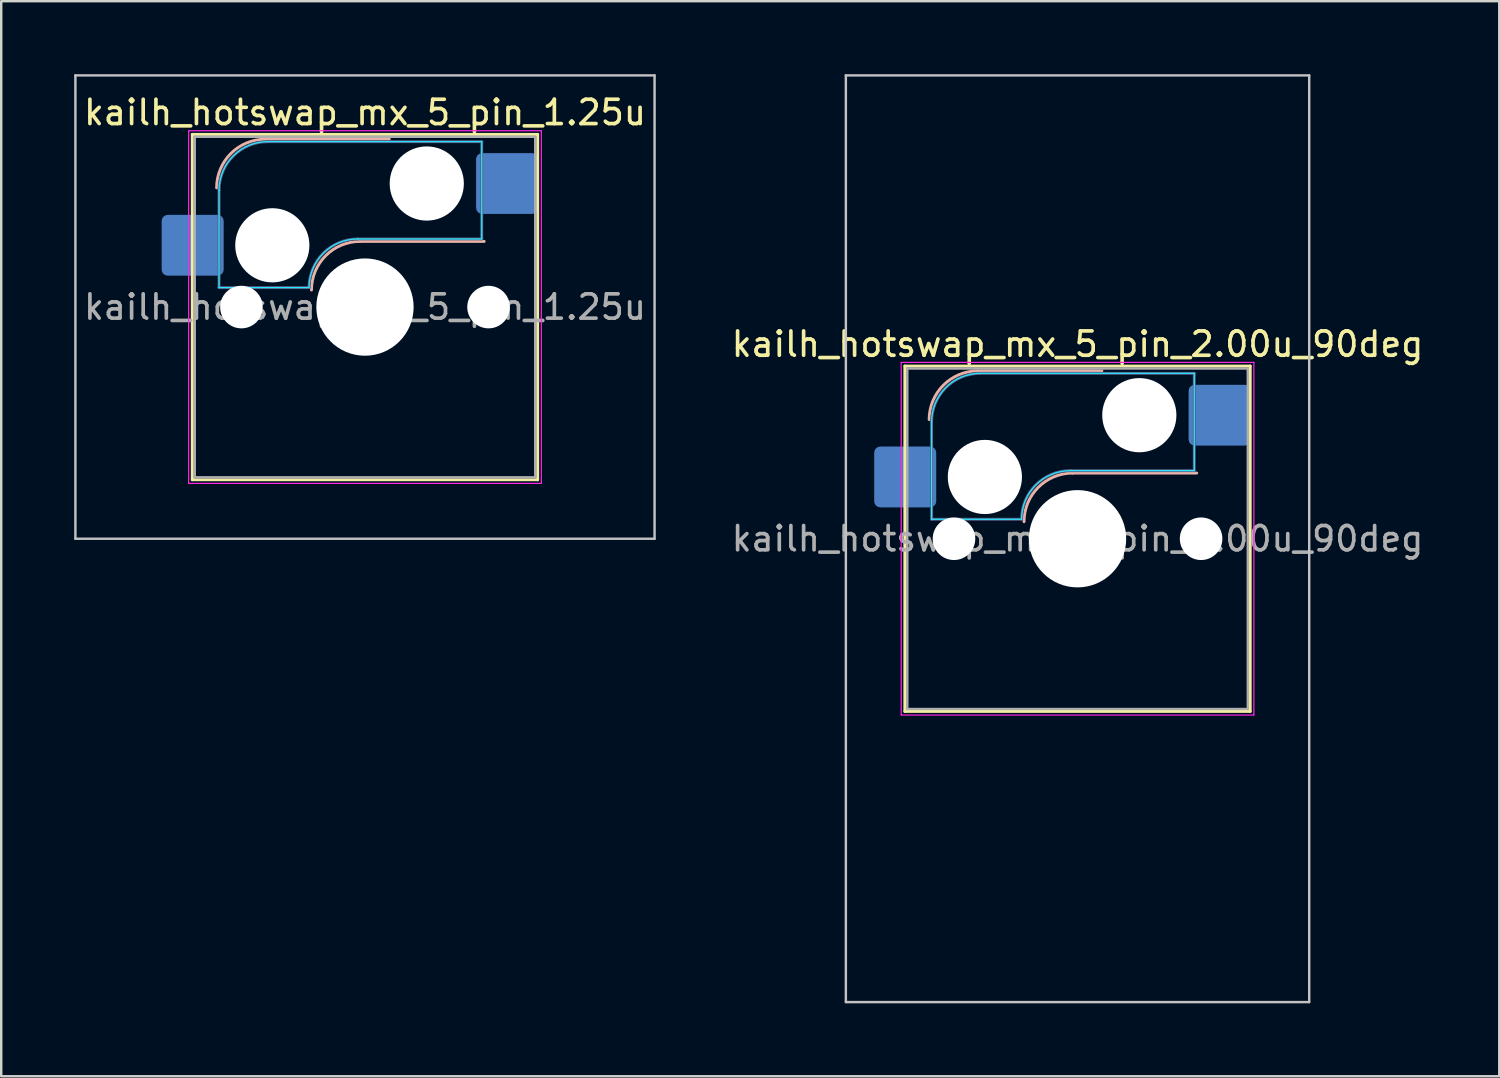
<source format=kicad_pcb>
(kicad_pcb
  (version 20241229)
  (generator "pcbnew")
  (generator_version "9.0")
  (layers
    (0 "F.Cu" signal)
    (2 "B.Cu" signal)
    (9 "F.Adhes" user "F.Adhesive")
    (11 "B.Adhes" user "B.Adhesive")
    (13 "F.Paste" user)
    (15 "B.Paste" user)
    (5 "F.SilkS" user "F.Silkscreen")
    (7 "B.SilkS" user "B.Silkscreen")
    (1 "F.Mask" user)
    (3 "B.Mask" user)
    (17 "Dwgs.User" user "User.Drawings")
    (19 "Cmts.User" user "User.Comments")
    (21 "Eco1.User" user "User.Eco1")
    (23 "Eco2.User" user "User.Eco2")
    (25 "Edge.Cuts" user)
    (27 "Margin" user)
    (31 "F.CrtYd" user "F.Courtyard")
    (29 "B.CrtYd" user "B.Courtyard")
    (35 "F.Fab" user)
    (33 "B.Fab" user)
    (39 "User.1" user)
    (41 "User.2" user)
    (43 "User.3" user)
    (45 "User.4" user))
  (footprint "kailh_hotswap_mx_5_pin_2.00u_90deg"
    (layer "F.Cu")
    (at 41.252 19.1)
    (property "Reference" "kailh_hotswap_mx_5_pin_2.00u_90deg" (at 0 -8 0) (layer "F.SilkS") (effects (font (size 1 1) (thickness 0.15))))
    (attr smd)
    (fp_line (start -7.1 -7.1) (end -7.1 7.1) (stroke (width 0.12) (type solid)) (layer "F.SilkS"))
    (fp_line (start -7.1 7.1) (end 7.1 7.1) (stroke (width 0.12) (type solid)) (layer "F.SilkS"))
    (fp_line (start 7.1 -7.1) (end -7.1 -7.1) (stroke (width 0.12) (type solid)) (layer "F.SilkS"))
    (fp_line (start 7.1 7.1) (end 7.1 -7.1) (stroke (width 0.12) (type solid)) (layer "F.SilkS"))
    (fp_line (start -4.1 -6.9) (end 1 -6.9) (stroke (width 0.12) (type solid)) (layer "B.SilkS"))
    (fp_line (start -0.2 -2.7) (end 4.9 -2.7) (stroke (width 0.12) (type solid)) (layer "B.SilkS"))
    (fp_arc (start -6.1 -4.9) (mid -5.514214 -6.314214) (end -4.1 -6.9) (stroke (width 0.12) (type solid)) (layer "B.SilkS"))
    (fp_arc (start -2.2 -0.7) (mid -1.614214 -2.114214) (end -0.2 -2.7) (stroke (width 0.12) (type solid)) (layer "B.SilkS"))
    (fp_line (start -9.525 -19.05) (end 9.525 -19.05) (stroke (width 0.1) (type solid)) (layer "Dwgs.User"))
    (fp_line (start -9.525 19.05) (end -9.525 -19.05) (stroke (width 0.1) (type solid)) (layer "Dwgs.User"))
    (fp_line (start 9.525 -19.05) (end 9.525 19.05) (stroke (width 0.1) (type solid)) (layer "Dwgs.User"))
    (fp_line (start 9.525 19.05) (end -9.525 19.05) (stroke (width 0.1) (type solid)) (layer "Dwgs.User"))
    (fp_line (start -7.8 -6) (end -7 -6) (stroke (width 0.1) (type solid)) (layer "Eco1.User"))
    (fp_line (start -7.8 -2.9) (end -7.8 -6) (stroke (width 0.1) (type solid)) (layer "Eco1.User"))
    (fp_line (start -7.8 2.9) (end -7 2.9) (stroke (width 0.1) (type solid)) (layer "Eco1.User"))
    (fp_line (start -7.8 6) (end -7.8 2.9) (stroke (width 0.1) (type solid)) (layer "Eco1.User"))
    (fp_line (start -7 -7) (end 7 -7) (stroke (width 0.1) (type solid)) (layer "Eco1.User"))
    (fp_line (start -7 -6) (end -7 -7) (stroke (width 0.1) (type solid)) (layer "Eco1.User"))
    (fp_line (start -7 -2.9) (end -7.8 -2.9) (stroke (width 0.1) (type solid)) (layer "Eco1.User"))
    (fp_line (start -7 2.9) (end -7 -2.9) (stroke (width 0.1) (type solid)) (layer "Eco1.User"))
    (fp_line (start -7 6) (end -7.8 6) (stroke (width 0.1) (type solid)) (layer "Eco1.User"))
    (fp_line (start -7 7) (end -7 6) (stroke (width 0.1) (type solid)) (layer "Eco1.User"))
    (fp_line (start 7 -7) (end 7 -6) (stroke (width 0.1) (type solid)) (layer "Eco1.User"))
    (fp_line (start 7 -6) (end 7.8 -6) (stroke (width 0.1) (type solid)) (layer "Eco1.User"))
    (fp_line (start 7 -2.9) (end 7 2.9) (stroke (width 0.1) (type solid)) (layer "Eco1.User"))
    (fp_line (start 7 2.9) (end 7.8 2.9) (stroke (width 0.1) (type solid)) (layer "Eco1.User"))
    (fp_line (start 7 6) (end 7 7) (stroke (width 0.1) (type solid)) (layer "Eco1.User"))
    (fp_line (start 7 7) (end -7 7) (stroke (width 0.1) (type solid)) (layer "Eco1.User"))
    (fp_line (start 7.8 -6) (end 7.8 -2.9) (stroke (width 0.1) (type solid)) (layer "Eco1.User"))
    (fp_line (start 7.8 -2.9) (end 7 -2.9) (stroke (width 0.1) (type solid)) (layer "Eco1.User"))
    (fp_line (start 7.8 2.9) (end 7.8 6) (stroke (width 0.1) (type solid)) (layer "Eco1.User"))
    (fp_line (start 7.8 6) (end 7 6) (stroke (width 0.1) (type solid)) (layer "Eco1.User"))
    (fp_line (start -6 -0.8) (end -6 -4.8) (stroke (width 0.05) (type solid)) (layer "B.CrtYd"))
    (fp_line (start -6 -0.8) (end -2.3 -0.8) (stroke (width 0.05) (type solid)) (layer "B.CrtYd"))
    (fp_line (start -4 -6.8) (end 4.8 -6.8) (stroke (width 0.05) (type solid)) (layer "B.CrtYd"))
    (fp_line (start -0.3 -2.8) (end 4.8 -2.8) (stroke (width 0.05) (type solid)) (layer "B.CrtYd"))
    (fp_line (start 4.8 -6.8) (end 4.8 -2.8) (stroke (width 0.05) (type solid)) (layer "B.CrtYd"))
    (fp_arc (start -6 -4.8) (mid -5.414214 -6.214214) (end -4 -6.8) (stroke (width 0.05) (type solid)) (layer "B.CrtYd"))
    (fp_arc (start -2.3 -0.8) (mid -1.714214 -2.214214) (end -0.3 -2.8) (stroke (width 0.05) (type solid)) (layer "B.CrtYd"))
    (fp_line (start -7.25 -7.25) (end -7.25 7.25) (stroke (width 0.05) (type solid)) (layer "F.CrtYd"))
    (fp_line (start -7.25 7.25) (end 7.25 7.25) (stroke (width 0.05) (type solid)) (layer "F.CrtYd"))
    (fp_line (start 7.25 -7.25) (end -7.25 -7.25) (stroke (width 0.05) (type solid)) (layer "F.CrtYd"))
    (fp_line (start 7.25 7.25) (end 7.25 -7.25) (stroke (width 0.05) (type solid)) (layer "F.CrtYd"))
    (fp_line (start -6 -0.8) (end -6 -4.8) (stroke (width 0.12) (type solid)) (layer "B.Fab"))
    (fp_line (start -6 -0.8) (end -2.3 -0.8) (stroke (width 0.12) (type solid)) (layer "B.Fab"))
    (fp_line (start -4 -6.8) (end 4.8 -6.8) (stroke (width 0.12) (type solid)) (layer "B.Fab"))
    (fp_line (start -0.3 -2.8) (end 4.8 -2.8) (stroke (width 0.12) (type solid)) (layer "B.Fab"))
    (fp_line (start 4.8 -6.8) (end 4.8 -2.8) (stroke (width 0.12) (type solid)) (layer "B.Fab"))
    (fp_arc (start -6 -4.8) (mid -5.414214 -6.214214) (end -4 -6.8) (stroke (width 0.12) (type solid)) (layer "B.Fab"))
    (fp_arc (start -2.3 -0.8) (mid -1.714214 -2.214214) (end -0.3 -2.8) (stroke (width 0.12) (type solid)) (layer "B.Fab"))
    (fp_line (start -7 -7) (end -7 7) (stroke (width 0.1) (type solid)) (layer "F.Fab"))
    (fp_line (start -7 7) (end 7 7) (stroke (width 0.1) (type solid)) (layer "F.Fab"))
    (fp_line (start 7 -7) (end -7 -7) (stroke (width 0.1) (type solid)) (layer "F.Fab"))
    (fp_line (start 7 7) (end 7 -7) (stroke (width 0.1) (type solid)) (layer "F.Fab"))
    (fp_text user "${REFERENCE}" (at 0 0 0) (layer "F.Fab") (effects (font (size 1 1) (thickness 0.15))))
    (pad "" np_thru_hole circle (at -5.08 0) (size 1.75 1.75) (drill 1.75) (layers "*.Cu" "*.Mask"))
    (pad "" np_thru_hole circle (at -3.81 -2.54) (size 3.05 3.05) (drill 3.05) (layers "*.Cu" "*.Mask"))
    (pad "" np_thru_hole circle (at 0 0) (size 4 4) (drill 4) (layers "*.Cu" "*.Mask"))
    (pad "" np_thru_hole circle (at 2.54 -5.08) (size 3.05 3.05) (drill 3.05) (layers "*.Cu" "*.Mask"))
    (pad "" np_thru_hole circle (at 5.08 0) (size 1.75 1.75) (drill 1.75) (layers "*.Cu" "*.Mask"))
    (pad "1" smd roundrect (at -7.085 -2.54) (size 2.55 2.5) (layers "B.Cu" "B.Mask" "B.Paste") (roundrect_rratio 0.1))
    (pad "2" smd roundrect (at 5.842 -5.08) (size 2.55 2.5) (layers "B.Cu" "B.Mask" "B.Paste") (roundrect_rratio 0.1)))
  (footprint "kailh_hotswap_mx_5_pin_1.25u"
    (layer "F.Cu")
    (at 11.956 9.575)
    (property "Reference" "kailh_hotswap_mx_5_pin_1.25u" (at 0 -8 0) (layer "F.SilkS") (effects (font (size 1 1) (thickness 0.15))))
    (attr smd)
    (fp_line (start -7.1 -7.1) (end -7.1 7.1) (stroke (width 0.12) (type solid)) (layer "F.SilkS"))
    (fp_line (start -7.1 7.1) (end 7.1 7.1) (stroke (width 0.12) (type solid)) (layer "F.SilkS"))
    (fp_line (start 7.1 -7.1) (end -7.1 -7.1) (stroke (width 0.12) (type solid)) (layer "F.SilkS"))
    (fp_line (start 7.1 7.1) (end 7.1 -7.1) (stroke (width 0.12) (type solid)) (layer "F.SilkS"))
    (fp_line (start -4.1 -6.9) (end 1 -6.9) (stroke (width 0.12) (type solid)) (layer "B.SilkS"))
    (fp_line (start -0.2 -2.7) (end 4.9 -2.7) (stroke (width 0.12) (type solid)) (layer "B.SilkS"))
    (fp_arc (start -6.1 -4.9) (mid -5.514214 -6.314214) (end -4.1 -6.9) (stroke (width 0.12) (type solid)) (layer "B.SilkS"))
    (fp_arc (start -2.2 -0.7) (mid -1.614214 -2.114214) (end -0.2 -2.7) (stroke (width 0.12) (type solid)) (layer "B.SilkS"))
    (fp_line (start -11.906 -9.525) (end -11.906 9.525) (stroke (width 0.1) (type solid)) (layer "Dwgs.User"))
    (fp_line (start -11.906 9.525) (end 11.906 9.525) (stroke (width 0.1) (type solid)) (layer "Dwgs.User"))
    (fp_line (start 11.906 -9.525) (end -11.906 -9.525) (stroke (width 0.1) (type solid)) (layer "Dwgs.User"))
    (fp_line (start 11.906 9.525) (end 11.906 -9.525) (stroke (width 0.1) (type solid)) (layer "Dwgs.User"))
    (fp_line (start -7.8 -6) (end -7 -6) (stroke (width 0.1) (type solid)) (layer "Eco1.User"))
    (fp_line (start -7.8 -2.9) (end -7.8 -6) (stroke (width 0.1) (type solid)) (layer "Eco1.User"))
    (fp_line (start -7.8 2.9) (end -7 2.9) (stroke (width 0.1) (type solid)) (layer "Eco1.User"))
    (fp_line (start -7.8 6) (end -7.8 2.9) (stroke (width 0.1) (type solid)) (layer "Eco1.User"))
    (fp_line (start -7 -7) (end 7 -7) (stroke (width 0.1) (type solid)) (layer "Eco1.User"))
    (fp_line (start -7 -6) (end -7 -7) (stroke (width 0.1) (type solid)) (layer "Eco1.User"))
    (fp_line (start -7 -2.9) (end -7.8 -2.9) (stroke (width 0.1) (type solid)) (layer "Eco1.User"))
    (fp_line (start -7 2.9) (end -7 -2.9) (stroke (width 0.1) (type solid)) (layer "Eco1.User"))
    (fp_line (start -7 6) (end -7.8 6) (stroke (width 0.1) (type solid)) (layer "Eco1.User"))
    (fp_line (start -7 7) (end -7 6) (stroke (width 0.1) (type solid)) (layer "Eco1.User"))
    (fp_line (start 7 -7) (end 7 -6) (stroke (width 0.1) (type solid)) (layer "Eco1.User"))
    (fp_line (start 7 -6) (end 7.8 -6) (stroke (width 0.1) (type solid)) (layer "Eco1.User"))
    (fp_line (start 7 -2.9) (end 7 2.9) (stroke (width 0.1) (type solid)) (layer "Eco1.User"))
    (fp_line (start 7 2.9) (end 7.8 2.9) (stroke (width 0.1) (type solid)) (layer "Eco1.User"))
    (fp_line (start 7 6) (end 7 7) (stroke (width 0.1) (type solid)) (layer "Eco1.User"))
    (fp_line (start 7 7) (end -7 7) (stroke (width 0.1) (type solid)) (layer "Eco1.User"))
    (fp_line (start 7.8 -6) (end 7.8 -2.9) (stroke (width 0.1) (type solid)) (layer "Eco1.User"))
    (fp_line (start 7.8 -2.9) (end 7 -2.9) (stroke (width 0.1) (type solid)) (layer "Eco1.User"))
    (fp_line (start 7.8 2.9) (end 7.8 6) (stroke (width 0.1) (type solid)) (layer "Eco1.User"))
    (fp_line (start 7.8 6) (end 7 6) (stroke (width 0.1) (type solid)) (layer "Eco1.User"))
    (fp_line (start -6 -0.8) (end -6 -4.8) (stroke (width 0.05) (type solid)) (layer "B.CrtYd"))
    (fp_line (start -6 -0.8) (end -2.3 -0.8) (stroke (width 0.05) (type solid)) (layer "B.CrtYd"))
    (fp_line (start -4 -6.8) (end 4.8 -6.8) (stroke (width 0.05) (type solid)) (layer "B.CrtYd"))
    (fp_line (start -0.3 -2.8) (end 4.8 -2.8) (stroke (width 0.05) (type solid)) (layer "B.CrtYd"))
    (fp_line (start 4.8 -6.8) (end 4.8 -2.8) (stroke (width 0.05) (type solid)) (layer "B.CrtYd"))
    (fp_arc (start -6 -4.8) (mid -5.414214 -6.214214) (end -4 -6.8) (stroke (width 0.05) (type solid)) (layer "B.CrtYd"))
    (fp_arc (start -2.3 -0.8) (mid -1.714214 -2.214214) (end -0.3 -2.8) (stroke (width 0.05) (type solid)) (layer "B.CrtYd"))
    (fp_line (start -7.25 -7.25) (end -7.25 7.25) (stroke (width 0.05) (type solid)) (layer "F.CrtYd"))
    (fp_line (start -7.25 7.25) (end 7.25 7.25) (stroke (width 0.05) (type solid)) (layer "F.CrtYd"))
    (fp_line (start 7.25 -7.25) (end -7.25 -7.25) (stroke (width 0.05) (type solid)) (layer "F.CrtYd"))
    (fp_line (start 7.25 7.25) (end 7.25 -7.25) (stroke (width 0.05) (type solid)) (layer "F.CrtYd"))
    (fp_line (start -6 -0.8) (end -6 -4.8) (stroke (width 0.12) (type solid)) (layer "B.Fab"))
    (fp_line (start -6 -0.8) (end -2.3 -0.8) (stroke (width 0.12) (type solid)) (layer "B.Fab"))
    (fp_line (start -4 -6.8) (end 4.8 -6.8) (stroke (width 0.12) (type solid)) (layer "B.Fab"))
    (fp_line (start -0.3 -2.8) (end 4.8 -2.8) (stroke (width 0.12) (type solid)) (layer "B.Fab"))
    (fp_line (start 4.8 -6.8) (end 4.8 -2.8) (stroke (width 0.12) (type solid)) (layer "B.Fab"))
    (fp_arc (start -6 -4.8) (mid -5.414214 -6.214214) (end -4 -6.8) (stroke (width 0.12) (type solid)) (layer "B.Fab"))
    (fp_arc (start -2.3 -0.8) (mid -1.714214 -2.214214) (end -0.3 -2.8) (stroke (width 0.12) (type solid)) (layer "B.Fab"))
    (fp_line (start -7 -7) (end -7 7) (stroke (width 0.1) (type solid)) (layer "F.Fab"))
    (fp_line (start -7 7) (end 7 7) (stroke (width 0.1) (type solid)) (layer "F.Fab"))
    (fp_line (start 7 -7) (end -7 -7) (stroke (width 0.1) (type solid)) (layer "F.Fab"))
    (fp_line (start 7 7) (end 7 -7) (stroke (width 0.1) (type solid)) (layer "F.Fab"))
    (fp_text user "${REFERENCE}" (at 0 0 0) (layer "F.Fab") (effects (font (size 1 1) (thickness 0.15))))
    (pad "" np_thru_hole circle (at -5.08 0) (size 1.75 1.75) (drill 1.75) (layers "*.Cu" "*.Mask"))
    (pad "" np_thru_hole circle (at -3.81 -2.54) (size 3.05 3.05) (drill 3.05) (layers "*.Cu" "*.Mask"))
    (pad "" np_thru_hole circle (at 0 0) (size 4 4) (drill 4) (layers "*.Cu" "*.Mask"))
    (pad "" np_thru_hole circle (at 2.54 -5.08) (size 3.05 3.05) (drill 3.05) (layers "*.Cu" "*.Mask"))
    (pad "" np_thru_hole circle (at 5.08 0) (size 1.75 1.75) (drill 1.75) (layers "*.Cu" "*.Mask"))
    (pad "1" smd roundrect (at -7.085 -2.54) (size 2.55 2.5) (layers "B.Cu" "B.Mask" "B.Paste") (roundrect_rratio 0.1))
    (pad "2" smd roundrect (at 5.842 -5.08) (size 2.55 2.5) (layers "B.Cu" "B.Mask" "B.Paste") (roundrect_rratio 0.1)))
  (gr_rect
    (start -3 -3)
    (end 58.591 41.2)
    (stroke (width 0.1) (type default))
    (fill no)
    (layer "Edge.Cuts")))
</source>
